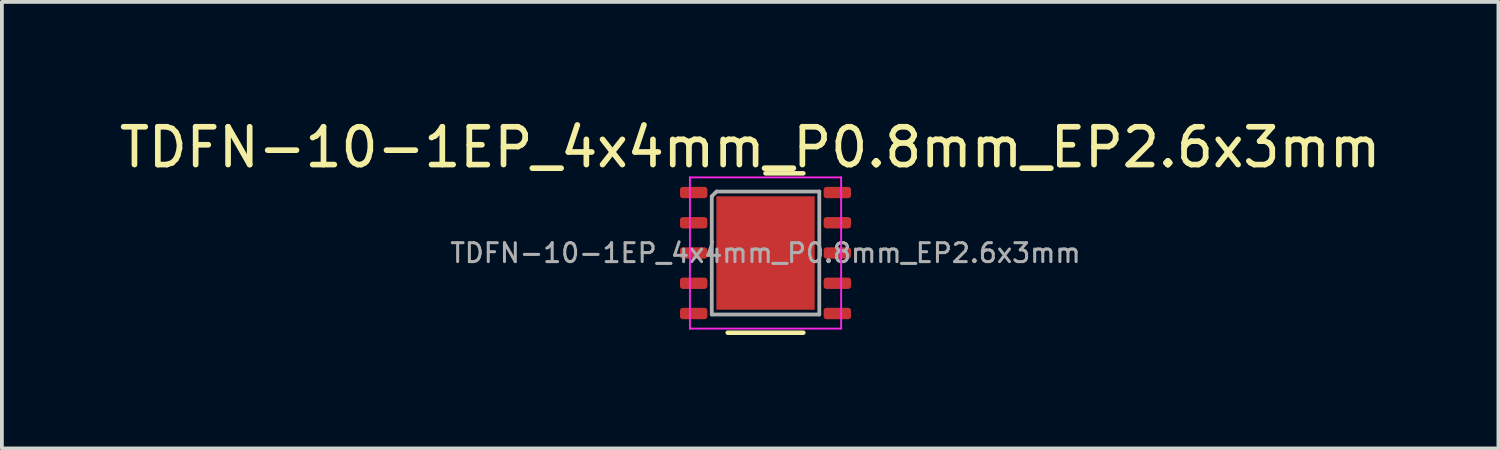
<source format=kicad_pcb>
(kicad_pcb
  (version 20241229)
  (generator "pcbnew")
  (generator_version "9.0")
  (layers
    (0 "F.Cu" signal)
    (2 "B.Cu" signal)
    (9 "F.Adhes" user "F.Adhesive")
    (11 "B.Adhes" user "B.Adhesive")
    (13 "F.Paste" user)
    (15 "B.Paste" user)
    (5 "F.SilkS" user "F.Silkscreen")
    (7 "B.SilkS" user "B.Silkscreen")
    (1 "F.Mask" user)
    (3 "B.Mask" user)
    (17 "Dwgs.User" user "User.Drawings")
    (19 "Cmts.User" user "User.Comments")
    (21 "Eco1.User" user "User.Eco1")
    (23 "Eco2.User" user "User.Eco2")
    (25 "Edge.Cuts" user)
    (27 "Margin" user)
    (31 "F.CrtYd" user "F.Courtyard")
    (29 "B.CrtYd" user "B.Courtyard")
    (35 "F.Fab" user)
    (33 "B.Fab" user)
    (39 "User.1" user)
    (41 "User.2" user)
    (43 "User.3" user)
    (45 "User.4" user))
  (footprint "TDFN-10-1EP_4x4mm_P0.8mm_EP2.6x3mm"
    (layer "F.Cu")
    (at 17.198 3.642)
    (property "Reference" "TDFN-10-1EP_4x4mm_P0.8mm_EP2.6x3mm" (at -0.406 -2.794 0) (layer "F.SilkS") (effects (font (size 1 1) (thickness 0.15))))
    (attr smd)
    (fp_line (start -1 2.108) (end 1 2.108) (stroke (width 0.12) (type solid)) (layer "F.SilkS"))
    (fp_line (start 0 -2.108) (end 1 -2.108) (stroke (width 0.12) (type solid)) (layer "F.SilkS"))
    (fp_line (start -2 -2) (end -2 2) (stroke (width 0.05) (type solid)) (layer "F.CrtYd"))
    (fp_line (start -2 2) (end 2 2) (stroke (width 0.05) (type solid)) (layer "F.CrtYd"))
    (fp_line (start 2 -2) (end -2 -2) (stroke (width 0.05) (type solid)) (layer "F.CrtYd"))
    (fp_line (start 2 2) (end 2 -2) (stroke (width 0.05) (type solid)) (layer "F.CrtYd"))
    (fp_line (start -1.422 -1.499) (end -1.295 -1.626) (stroke (width 0.1) (type solid)) (layer "F.Fab"))
    (fp_line (start -1.422 1.626) (end -1.422 -1.499) (stroke (width 0.1) (type solid)) (layer "F.Fab"))
    (fp_line (start -1.295 -1.626) (end 1.422 -1.626) (stroke (width 0.1) (type solid)) (layer "F.Fab"))
    (fp_line (start 1.422 -1.626) (end 1.422 1.626) (stroke (width 0.1) (type solid)) (layer "F.Fab"))
    (fp_line (start 1.422 1.626) (end -1.422 1.626) (stroke (width 0.1) (type solid)) (layer "F.Fab"))
    (fp_text user "${REFERENCE}" (at 0 0 0) (layer "F.Fab") (effects (font (size 0.5 0.5) (thickness 0.08))))
    (pad "" smd roundrect (at 0 -0.5) (size 0.73 0.81) (layers "F.Paste") (roundrect_rratio 0.25))
    (pad "" smd roundrect (at 0 0.5) (size 0.73 0.81) (layers "F.Paste") (roundrect_rratio 0.25))
    (pad "1" smd roundrect (at -1.9 -1.6) (size 0.725 0.3) (layers "F.Cu" "F.Mask" "F.Paste") (roundrect_rratio 0.25))
    (pad "2" smd roundrect (at -1.9 -0.8) (size 0.725 0.3) (layers "F.Cu" "F.Mask" "F.Paste") (roundrect_rratio 0.25))
    (pad "3" smd roundrect (at -1.9 0) (size 0.725 0.3) (layers "F.Cu" "F.Mask" "F.Paste") (roundrect_rratio 0.25))
    (pad "4" smd roundrect (at -1.9 0.8) (size 0.725 0.3) (layers "F.Cu" "F.Mask" "F.Paste") (roundrect_rratio 0.25))
    (pad "5" smd roundrect (at -1.9 1.6) (size 0.725 0.3) (layers "F.Cu" "F.Mask" "F.Paste") (roundrect_rratio 0.25))
    (pad "6" smd roundrect (at 1.9 1.6) (size 0.725 0.3) (layers "F.Cu" "F.Mask" "F.Paste") (roundrect_rratio 0.25))
    (pad "7" smd roundrect (at 1.9 0.8) (size 0.725 0.3) (layers "F.Cu" "F.Mask" "F.Paste") (roundrect_rratio 0.25))
    (pad "8" smd roundrect (at 1.9 0) (size 0.725 0.3) (layers "F.Cu" "F.Mask" "F.Paste") (roundrect_rratio 0.25))
    (pad "9" smd roundrect (at 1.9 -0.8) (size 0.725 0.3) (layers "F.Cu" "F.Mask" "F.Paste") (roundrect_rratio 0.25))
    (pad "10" smd roundrect (at 1.9 -1.6) (size 0.725 0.3) (layers "F.Cu" "F.Mask" "F.Paste") (roundrect_rratio 0.25))
    (pad "11" smd rect (at 0 0) (size 2.6 3) (layers "F.Cu" "F.Mask")))
  (gr_rect
    (start -3 -3)
    (end 36.583 8.81)
    (stroke (width 0.1) (type default))
    (fill no)
    (layer "Edge.Cuts")))
</source>
